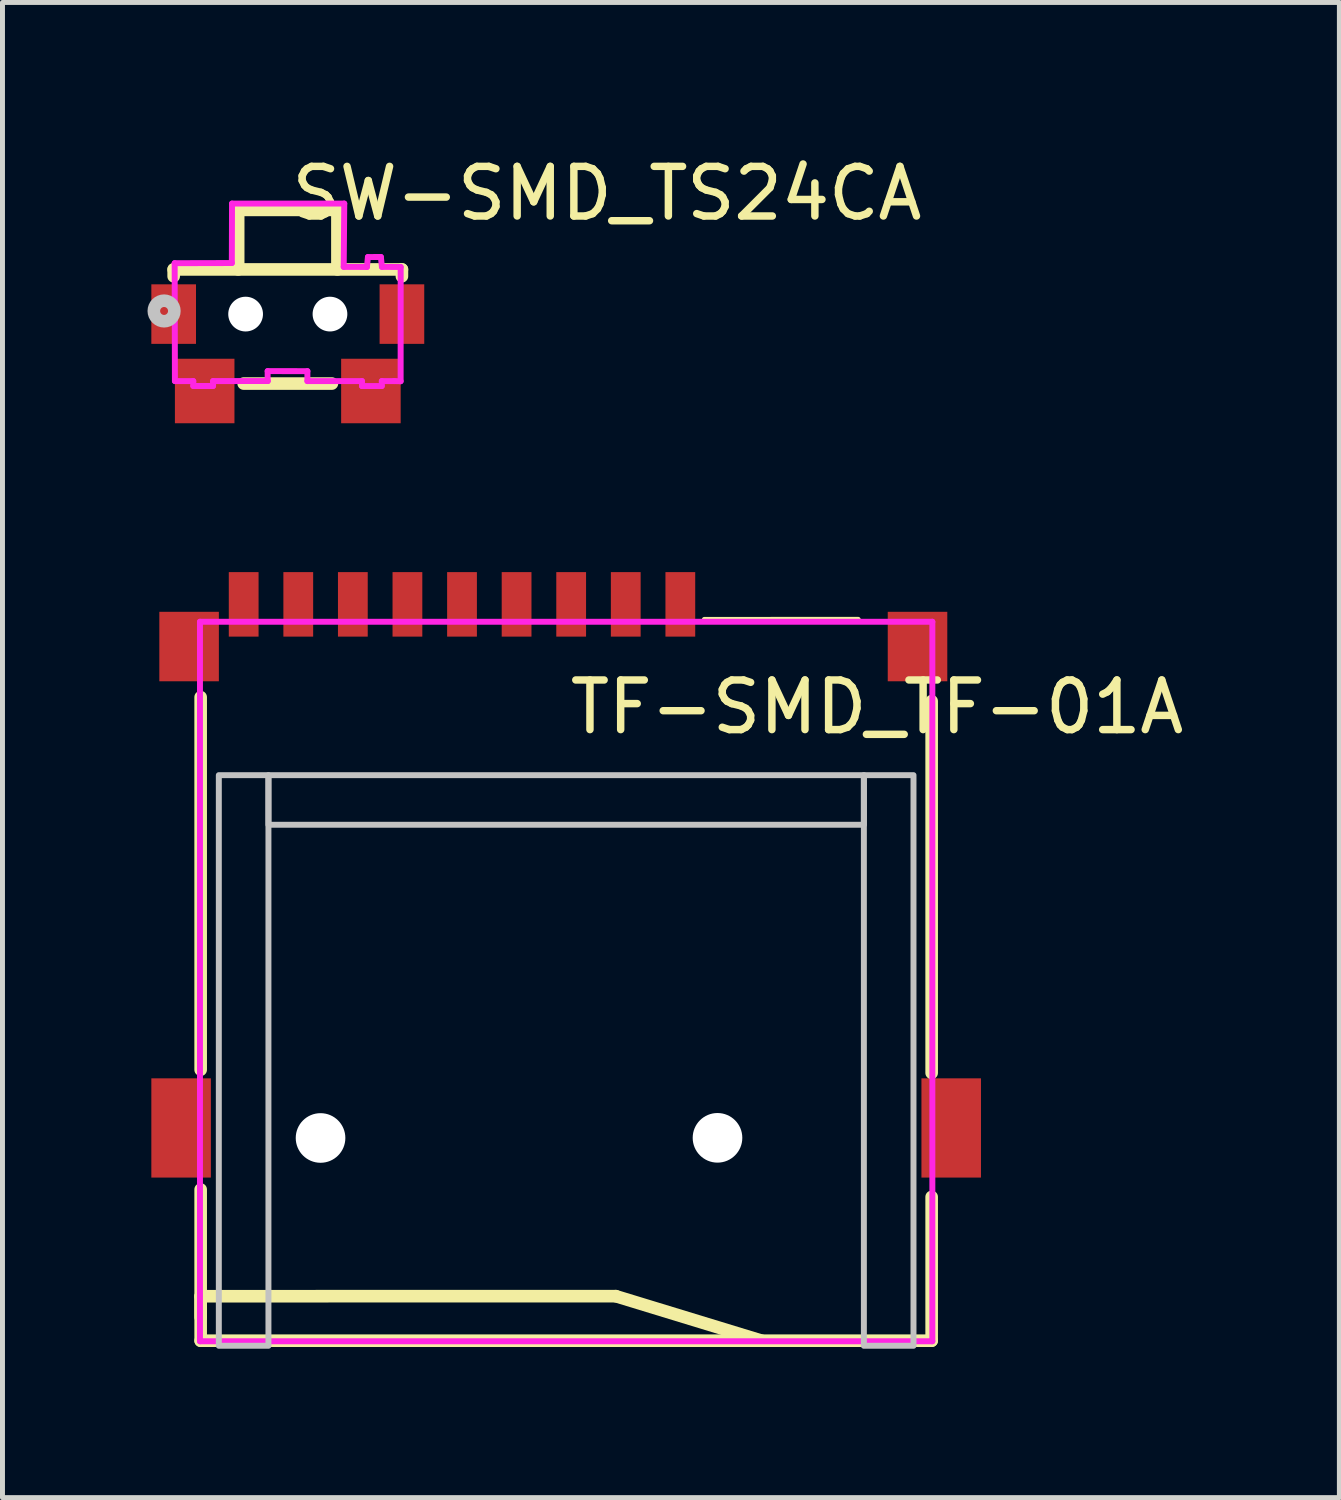
<source format=kicad_pcb>
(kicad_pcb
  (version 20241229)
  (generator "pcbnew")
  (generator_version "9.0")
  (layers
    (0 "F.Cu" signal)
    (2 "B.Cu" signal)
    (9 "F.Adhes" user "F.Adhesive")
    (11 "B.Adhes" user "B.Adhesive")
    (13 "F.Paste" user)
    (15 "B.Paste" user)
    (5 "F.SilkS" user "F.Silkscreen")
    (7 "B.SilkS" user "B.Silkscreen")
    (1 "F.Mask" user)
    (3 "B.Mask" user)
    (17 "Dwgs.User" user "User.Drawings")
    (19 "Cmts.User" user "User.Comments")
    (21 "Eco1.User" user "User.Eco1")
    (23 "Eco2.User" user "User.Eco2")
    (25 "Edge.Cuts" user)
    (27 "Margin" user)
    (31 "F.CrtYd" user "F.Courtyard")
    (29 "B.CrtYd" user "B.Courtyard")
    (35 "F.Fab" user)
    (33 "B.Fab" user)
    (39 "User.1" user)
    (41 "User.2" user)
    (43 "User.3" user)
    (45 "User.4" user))
  (footprint "SW-SMD_TS24CA"
    (layer "F.Cu")
    (at 2.75 4.055)
    (property "Reference" "SW-SMD_TS24CA" (at 0 -3.207 0) (layer "F.SilkS") (effects (font (size 1 1) (thickness 0.15)) (justify left)))
    (attr through_hole)
    (fp_line (start -2.3 -1.675) (end 2.3 -1.675) (stroke (width 0.254) (type solid)) (layer "F.SilkS"))
    (fp_line (start -2.3 -1.537) (end -2.3 -1.675) (stroke (width 0.254) (type solid)) (layer "F.SilkS"))
    (fp_line (start -1 -2.875) (end -1 -1.675) (stroke (width 0.254) (type solid)) (layer "F.SilkS"))
    (fp_line (start -1 -2.875) (end 1 -2.875) (stroke (width 0.254) (type solid)) (layer "F.SilkS"))
    (fp_line (start -0.889 0.625) (end 0.889 0.625) (stroke (width 0.254) (type solid)) (layer "F.SilkS"))
    (fp_line (start 1 -2.875) (end 1 -1.675) (stroke (width 0.254) (type solid)) (layer "F.SilkS"))
    (fp_line (start 2.3 -1.675) (end 2.3 -1.537) (stroke (width 0.254) (type solid)) (layer "F.SilkS"))
    (fp_circle (center -2.493 -0.838) (end -2.413 -0.838) (stroke (width 0.254) (type solid)) (fill no) (layer "Dwgs.User"))
    (fp_circle (center -2.285 -3.008) (end -2.255 -3.008) (stroke (width 0.06) (type solid)) (fill no) (layer "Eco2.User"))
    (fp_circle (center -0.85 -0.775) (end -0.675 -0.775) (stroke (width 0.35) (type solid)) (fill no) (layer "Eco2.User"))
    (fp_circle (center -0.85 -0.775) (end -0.5 -0.775) (stroke (width 0.127) (type solid)) (fill no) (layer "Eco2.User"))
    (fp_circle (center 0.85 -0.775) (end 1.025 -0.775) (stroke (width 0.35) (type solid)) (fill no) (layer "Eco2.User"))
    (fp_circle (center 0.85 -0.775) (end 1.2 -0.775) (stroke (width 0.127) (type solid)) (fill no) (layer "Eco2.User"))
    (fp_poly (pts (xy 2.165 -0.725) (xy 2.275 -0.725) (xy 2.275 -0.726) (xy 2.275 -1.375) (xy 2.166 -1.375) (xy 2.165 -1.374) (xy 2.165 -0.726) (xy 2.166 -0.726)) (stroke (width 0.12) (type solid)) (fill no) (layer "Eco2.User"))
    (fp_poly (pts (xy -2.175 -0.725) (xy -2.274 -0.725) (xy -2.275 -0.725) (xy -2.275 -1.374) (xy -2.273 -1.376) (xy -2.176 -1.376) (xy -2.175 -1.376) (xy -2.175 -0.726) (xy -2.18 -0.726) (xy -2.193 -0.725)) (stroke (width 0.12) (type solid)) (fill no) (layer "Eco2.User"))
    (fp_poly (pts (xy -2.155 0.125) (xy -2.155 0.575) (xy -1.905 0.575) (xy -1.905 0.675) (xy -1.505 0.675) (xy -1.505 0.674) (xy -1.505 0.575) (xy -1.076 0.575) (xy -1.075 0.575) (xy -1.075 0.125) (xy -1.076 0.125) (xy -2.154 0.125) (xy -2.154 0.132) (xy -2.154 0.126)) (stroke (width 0.12) (type solid)) (fill no) (layer "Eco2.User"))
    (fp_poly (pts (xy 2.146 0.124) (xy 2.146 0.573) (xy 1.896 0.573) (xy 1.896 0.673) (xy 1.497 0.673) (xy 1.497 0.574) (xy 1.497 0.573) (xy 1.075 0.575) (xy 1.075 0.576) (xy 1.075 0.462) (xy 1.075 0.349) (xy 1.075 0.127) (xy 1.076 0.125) (xy 2.146 0.123) (xy 2.146 0.131) (xy 2.146 0.124)) (stroke (width 0.12) (type solid)) (fill no) (layer "Eco2.User"))
    (fp_line (start -2.28 -1.801) (end -2.275 0.575) (stroke (width 0.12) (type solid)) (layer "F.CrtYd"))
    (fp_line (start -2.275 0.575) (end -1.905 0.575) (stroke (width 0.12) (type solid)) (layer "F.CrtYd"))
    (fp_line (start -1.905 0.575) (end -1.904 0.674) (stroke (width 0.12) (type solid)) (layer "F.CrtYd"))
    (fp_line (start -1.904 0.674) (end -1.506 0.674) (stroke (width 0.12) (type solid)) (layer "F.CrtYd"))
    (fp_line (start -1.506 0.575) (end -0.406 0.574) (stroke (width 0.12) (type solid)) (layer "F.CrtYd"))
    (fp_line (start -1.506 0.674) (end -1.506 0.575) (stroke (width 0.12) (type solid)) (layer "F.CrtYd"))
    (fp_line (start -1.128 -1.804) (end -2.28 -1.801) (stroke (width 0.12) (type solid)) (layer "F.CrtYd"))
    (fp_line (start -1.124 -3.002) (end -1.128 -1.804) (stroke (width 0.12) (type solid)) (layer "F.CrtYd"))
    (fp_line (start -0.406 0.374) (end 0.395 0.375) (stroke (width 0.12) (type solid)) (layer "F.CrtYd"))
    (fp_line (start -0.406 0.574) (end -0.406 0.374) (stroke (width 0.12) (type solid)) (layer "F.CrtYd"))
    (fp_line (start -0.406 0.574) (end -0.406 0.574) (stroke (width 0.12) (type solid)) (layer "F.CrtYd"))
    (fp_line (start 0.395 0.375) (end 0.395 0.575) (stroke (width 0.12) (type solid)) (layer "F.CrtYd"))
    (fp_line (start 0.395 0.575) (end 1.495 0.575) (stroke (width 0.12) (type solid)) (layer "F.CrtYd"))
    (fp_line (start 1.127 -1.727) (end 1.138 -3.002) (stroke (width 0.12) (type solid)) (layer "F.CrtYd"))
    (fp_line (start 1.138 -3.002) (end -1.124 -3.002) (stroke (width 0.12) (type solid)) (layer "F.CrtYd"))
    (fp_line (start 1.495 0.575) (end 1.495 0.675) (stroke (width 0.12) (type solid)) (layer "F.CrtYd"))
    (fp_line (start 1.495 0.675) (end 1.894 0.675) (stroke (width 0.12) (type solid)) (layer "F.CrtYd"))
    (fp_line (start 1.595 -1.725) (end 1.127 -1.727) (stroke (width 0.12) (type solid)) (layer "F.CrtYd"))
    (fp_line (start 1.615 -1.925) (end 1.595 -1.725) (stroke (width 0.12) (type solid)) (layer "F.CrtYd"))
    (fp_line (start 1.876 -1.926) (end 1.615 -1.925) (stroke (width 0.12) (type solid)) (layer "F.CrtYd"))
    (fp_line (start 1.894 0.675) (end 1.895 0.575) (stroke (width 0.12) (type solid)) (layer "F.CrtYd"))
    (fp_line (start 1.895 0.575) (end 2.145 0.575) (stroke (width 0.12) (type solid)) (layer "F.CrtYd"))
    (fp_line (start 1.897 -1.727) (end 1.876 -1.926) (stroke (width 0.12) (type solid)) (layer "F.CrtYd"))
    (fp_line (start 2.145 0.575) (end 2.274 0.578) (stroke (width 0.12) (type solid)) (layer "F.CrtYd"))
    (fp_line (start 2.274 0.578) (end 2.275 -1.724) (stroke (width 0.12) (type solid)) (layer "F.CrtYd"))
    (fp_line (start 2.275 -1.724) (end 1.897 -1.727) (stroke (width 0.12) (type solid)) (layer "F.CrtYd"))
    (pad "" np_thru_hole circle (at -0.85 -0.775) (size 0.7 0.7) (drill 0.7) (layers "*.Cu" "*.Mask"))
    (pad "" np_thru_hole circle (at 0.85 -0.775) (size 0.7 0.7) (drill 0.7) (layers "*.Cu" "*.Mask"))
    (pad "1" smd rect (at -2.3 -0.775) (size 0.9 1.2) (layers "F.Cu" "F.Mask" "F.Paste"))
    (pad "2" smd rect (at 2.3 -0.775 180) (size 0.9 1.2) (layers "F.Cu" "F.Mask" "F.Paste"))
    (pad "3" smd rect (at -1.675 0.775 180) (size 1.2 1.3) (layers "F.Cu" "F.Mask" "F.Paste"))
    (pad "4" smd rect (at 1.675 0.775 180) (size 1.2 1.3) (layers "F.Cu" "F.Mask" "F.Paste")))
  (footprint "TF-SMD_TF-01A"
    (layer "F.Cu")
    (at 8.36 14.406)
    (property "Reference" "TF-SMD_TF-01A" (at 0 -3.207 0) (layer "F.SilkS") (effects (font (size 1 1) (thickness 0.15)) (justify left)))
    (attr through_hole)
    (fp_line (start -7.366 -3.406) (end -7.366 4.103) (stroke (width 0.254) (type solid)) (layer "F.SilkS"))
    (fp_line (start -7.366 6.516) (end -7.366 9.564) (stroke (width 0.254) (type solid)) (layer "F.SilkS"))
    (fp_line (start -7.366 8.667) (end 1 8.666) (stroke (width 0.254) (type solid)) (layer "F.SilkS"))
    (fp_line (start -7.366 9.091) (end -7.366 8.667) (stroke (width 0.254) (type solid)) (layer "F.SilkS"))
    (fp_line (start -7.366 9.564) (end 7.366 9.564) (stroke (width 0.254) (type solid)) (layer "F.SilkS"))
    (fp_line (start 1 8.666) (end 3.937 9.563) (stroke (width 0.254) (type solid)) (layer "F.SilkS"))
    (fp_line (start 2.786 -4.972) (end 5.885 -4.973) (stroke (width 0.102) (type solid)) (layer "F.SilkS"))
    (fp_line (start 7.366 4.167) (end 7.366 -3.326) (stroke (width 0.254) (type solid)) (layer "F.SilkS"))
    (fp_line (start 7.366 9.564) (end 7.366 6.666) (stroke (width 0.254) (type solid)) (layer "F.SilkS"))
    (fp_circle (center -4.95 5.478) (end -4.75 5.478) (stroke (width 0.4) (type solid)) (fill no) (layer "Dwgs.User"))
    (fp_circle (center 3.05 5.475) (end 3.25 5.475) (stroke (width 0.4) (type solid)) (fill no) (layer "Dwgs.User"))
    (fp_poly (pts (xy -6 -1.834) (xy 6 -1.834) (xy 6 -0.834) (xy -6 -0.834)) (stroke (width 0.12) (type solid)) (fill no) (layer "Dwgs.User"))
    (fp_poly (pts (xy 7 9.666) (xy 7 -1.834) (xy 6 -1.834) (xy 6 9.666)) (stroke (width 0.12) (type solid)) (fill no) (layer "Dwgs.User"))
    (fp_poly (pts (xy -7 9.666) (xy -7 -1.834) (xy -6 -1.834) (xy -6 9.666) (xy -7 9.666)) (stroke (width 0.12) (type solid)) (fill no) (layer "Dwgs.User"))
    (fp_line (start -3.386 -4.984) (end -3.016 -4.984) (stroke (width 0.12) (type solid)) (layer "Eco2.User"))
    (fp_line (start -3.386 -4.914) (end -3.386 -4.984) (stroke (width 0.12) (type solid)) (layer "Eco2.User"))
    (fp_line (start -3.016 -4.984) (end -3.016 -4.914) (stroke (width 0.12) (type solid)) (layer "Eco2.User"))
    (fp_line (start -3.016 -4.914) (end -3.386 -4.914) (stroke (width 0.12) (type solid)) (layer "Eco2.User"))
    (fp_line (start -2.288 -4.984) (end -1.918 -4.984) (stroke (width 0.12) (type solid)) (layer "Eco2.User"))
    (fp_line (start -2.288 -4.914) (end -2.288 -4.984) (stroke (width 0.12) (type solid)) (layer "Eco2.User"))
    (fp_line (start -1.918 -4.984) (end -1.918 -4.914) (stroke (width 0.12) (type solid)) (layer "Eco2.User"))
    (fp_line (start -1.918 -4.914) (end -2.288 -4.914) (stroke (width 0.12) (type solid)) (layer "Eco2.User"))
    (fp_circle (center 8.05 -5.474) (end 8.08 -5.474) (stroke (width 0.06) (type solid)) (fill no) (layer "Eco2.User"))
    (fp_poly (pts (xy -8.05 4.476) (xy -7.35 4.476) (xy -7.35 6.076) (xy -8.05 6.076)) (stroke (width 0.12) (type solid)) (fill no) (layer "Eco2.User"))
    (fp_poly (pts (xy -7.95 -3.926) (xy -7.95 -4.926) (xy -7.25 -4.926) (xy -7.25 -3.926)) (stroke (width 0.12) (type solid)) (fill no) (layer "Eco2.User"))
    (fp_poly (pts (xy -6.684 -4.924) (xy -6.684 -5.474) (xy -6.314 -5.474) (xy -6.314 -4.924)) (stroke (width 0.12) (type solid)) (fill no) (layer "Eco2.User"))
    (fp_poly (pts (xy -5.58 -4.924) (xy -5.58 -5.474) (xy -5.21 -5.474) (xy -5.21 -4.924)) (stroke (width 0.12) (type solid)) (fill no) (layer "Eco2.User"))
    (fp_poly (pts (xy -4.482 -4.924) (xy -4.482 -5.474) (xy -4.112 -5.474) (xy -4.112 -4.924)) (stroke (width 0.12) (type solid)) (fill no) (layer "Eco2.User"))
    (fp_poly (pts (xy -3.386 -4.924) (xy -3.386 -5.474) (xy -3.016 -5.474) (xy -3.016 -4.924)) (stroke (width 0.12) (type solid)) (fill no) (layer "Eco2.User"))
    (fp_poly (pts (xy -2.288 -4.924) (xy -2.288 -5.474) (xy -1.918 -5.474) (xy -1.918 -4.924)) (stroke (width 0.12) (type solid)) (fill no) (layer "Eco2.User"))
    (fp_poly (pts (xy -1.189 -4.924) (xy -1.189 -5.474) (xy -0.819 -5.474) (xy -0.819 -4.924)) (stroke (width 0.12) (type solid)) (fill no) (layer "Eco2.User"))
    (fp_poly (pts (xy -0.089 -4.924) (xy -0.089 -5.474) (xy 0.28 -5.474) (xy 0.28 -4.924)) (stroke (width 0.12) (type solid)) (fill no) (layer "Eco2.User"))
    (fp_poly (pts (xy 1.007 -4.924) (xy 1.007 -5.474) (xy 1.377 -5.474) (xy 1.377 -4.924)) (stroke (width 0.12) (type solid)) (fill no) (layer "Eco2.User"))
    (fp_poly (pts (xy 2.107 -4.924) (xy 2.107 -5.474) (xy 2.477 -5.474) (xy 2.477 -4.924)) (stroke (width 0.12) (type solid)) (fill no) (layer "Eco2.User"))
    (fp_poly (pts (xy 6.66 -4.926) (xy 7.31 -4.926) (xy 7.31 -3.926) (xy 6.66 -3.926)) (stroke (width 0.12) (type solid)) (fill no) (layer "Eco2.User"))
    (fp_poly (pts (xy 7.35 6.076) (xy 7.35 4.476) (xy 8.05 4.476) (xy 8.05 6.076)) (stroke (width 0.12) (type solid)) (fill no) (layer "Eco2.User"))
    (fp_line (start -7.38 -4.925) (end 7.38 -4.925) (stroke (width 0.12) (type solid)) (layer "F.CrtYd"))
    (fp_line (start -7.38 9.575) (end -7.38 -4.925) (stroke (width 0.12) (type solid)) (layer "F.CrtYd"))
    (fp_line (start 7.38 -4.925) (end 7.38 9.575) (stroke (width 0.12) (type solid)) (layer "F.CrtYd"))
    (fp_line (start 7.38 9.575) (end -7.38 9.575) (stroke (width 0.12) (type solid)) (layer "F.CrtYd"))
    (pad "" np_thru_hole circle (at -4.95 5.478) (size 1 1) (drill 1) (layers "*.Cu" "*.Mask"))
    (pad "" np_thru_hole circle (at 3.05 5.475) (size 1 1) (drill 1) (layers "*.Cu" "*.Mask"))
    (pad "1" smd rect (at 2.301 -5.276) (size 0.6 1.3) (layers "F.Cu" "F.Mask" "F.Paste"))
    (pad "2" smd rect (at 1.201 -5.276) (size 0.6 1.3) (layers "F.Cu" "F.Mask" "F.Paste"))
    (pad "3" smd rect (at 0.101 -5.276) (size 0.6 1.3) (layers "F.Cu" "F.Mask" "F.Paste"))
    (pad "4" smd rect (at -0.999 -5.276) (size 0.6 1.3) (layers "F.Cu" "F.Mask" "F.Paste"))
    (pad "5" smd rect (at -2.099 -5.276) (size 0.6 1.3) (layers "F.Cu" "F.Mask" "F.Paste"))
    (pad "6" smd rect (at -3.199 -5.276) (size 0.6 1.3) (layers "F.Cu" "F.Mask" "F.Paste"))
    (pad "7" smd rect (at -4.299 -5.276) (size 0.6 1.3) (layers "F.Cu" "F.Mask" "F.Paste"))
    (pad "8" smd rect (at -5.399 -5.276) (size 0.6 1.3) (layers "F.Cu" "F.Mask" "F.Paste"))
    (pad "9" smd rect (at -6.499 -5.276) (size 0.6 1.3) (layers "F.Cu" "F.Mask" "F.Paste"))
    (pad "10" smd rect (at -7.599 -4.426) (size 1.2 1.4) (layers "F.Cu" "F.Mask" "F.Paste"))
    (pad "11" smd rect (at -7.76 5.276) (size 1.2 2) (layers "F.Cu" "F.Mask" "F.Paste"))
    (pad "12" smd rect (at 7.76 5.276) (size 1.2 2) (layers "F.Cu" "F.Mask" "F.Paste"))
    (pad "13" smd rect (at 7.081 -4.426) (size 1.2 1.4) (layers "F.Cu" "F.Mask" "F.Paste")))
  (gr_rect
    (start -3 -3)
    (end 23.943 27.132)
    (stroke (width 0.1) (type default))
    (fill no)
    (layer "Edge.Cuts")))
</source>
